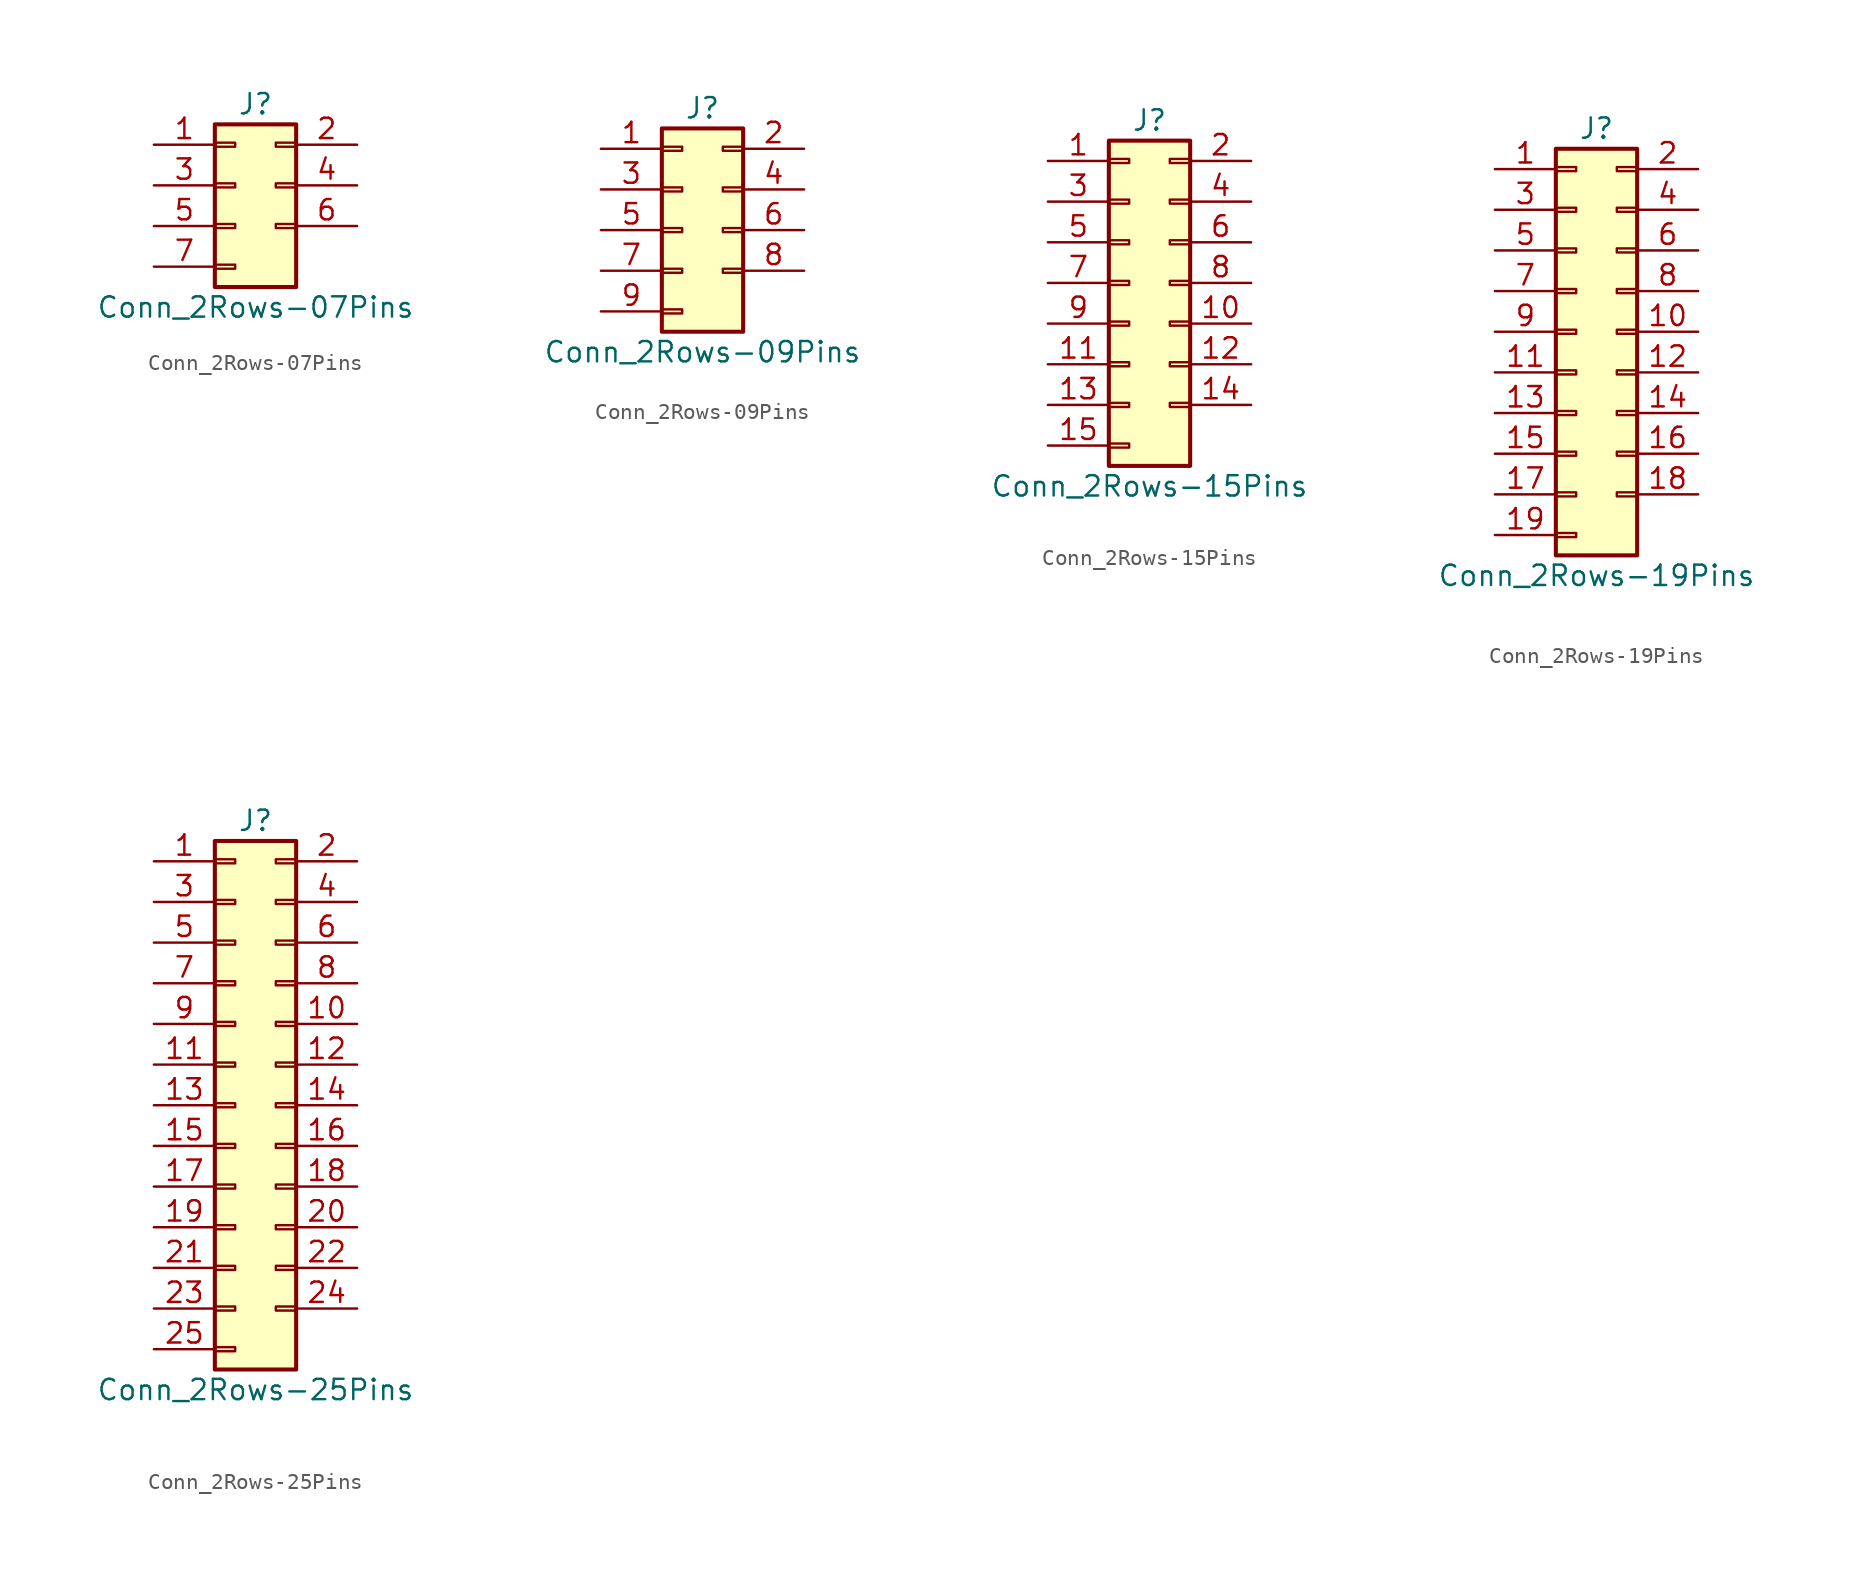
<source format=kicad_sym>
(kicad_symbol_lib
  (version 20201005)
  (generator kicad_symbol_editor)
  (symbol "Conn_2Rows-07Pins"
    (pin_names
      (offset 1.016) hide)
    (property "Reference" "J"
      (at 1.27 5.08 0)
      (effects (font (size 1.27 1.27))))
    (property "Value" "Conn_2Rows-07Pins"
      (at 1.27 -7.62 0)
      (effects (font (size 1.27 1.27))))
    (symbol "Conn_2Rows-07Pins_1_1"
      (rectangle (start -1.27 -4.953) (end 0 -5.207) (stroke (width 0.152)) (fill (type none)))
      (rectangle (start -1.27 -2.413) (end 0 -2.667) (stroke (width 0.152)) (fill (type none)))
      (rectangle (start -1.27 0.127) (end 0 -0.127) (stroke (width 0.152)) (fill (type none)))
      (rectangle (start -1.27 2.667) (end 0 2.413) (stroke (width 0.152)) (fill (type none)))
      (rectangle (start -1.27 3.81) (end 3.81 -6.35) (stroke (width 0.254)) (fill (type background)))
      (rectangle (start 3.81 -2.413) (end 2.54 -2.667) (stroke (width 0.152)) (fill (type none)))
      (rectangle (start 3.81 0.127) (end 2.54 -0.127) (stroke (width 0.152)) (fill (type none)))
      (rectangle (start 3.81 2.667) (end 2.54 2.413) (stroke (width 0.152)) (fill (type none)))
      (pin passive line (at -5.08 2.54 0) (length 3.81) (name "Pin_1" (effects (font (size 1.27 1.27)))) (number "1" (effects (font (size 1.27 1.27)))))
      (pin passive line (at 7.62 2.54 180) (length 3.81) (name "Pin_2" (effects (font (size 1.27 1.27)))) (number "2" (effects (font (size 1.27 1.27)))))
      (pin passive line (at -5.08 0 0) (length 3.81) (name "Pin_3" (effects (font (size 1.27 1.27)))) (number "3" (effects (font (size 1.27 1.27)))))
      (pin passive line (at 7.62 0 180) (length 3.81) (name "Pin_4" (effects (font (size 1.27 1.27)))) (number "4" (effects (font (size 1.27 1.27)))))
      (pin passive line (at -5.08 -2.54 0) (length 3.81) (name "Pin_5" (effects (font (size 1.27 1.27)))) (number "5" (effects (font (size 1.27 1.27)))))
      (pin passive line (at 7.62 -2.54 180) (length 3.81) (name "Pin_6" (effects (font (size 1.27 1.27)))) (number "6" (effects (font (size 1.27 1.27)))))
      (pin passive line (at -5.08 -5.08 0) (length 3.81) (name "Pin_7" (effects (font (size 1.27 1.27)))) (number "7" (effects (font (size 1.27 1.27)))))))
  (symbol "Conn_2Rows-09Pins"
    (pin_names
      (offset 1.016) hide)
    (property "Reference" "J"
      (at 1.27 7.62 0)
      (effects (font (size 1.27 1.27))))
    (property "Value" "Conn_2Rows-09Pins"
      (at 1.27 -7.62 0)
      (effects (font (size 1.27 1.27))))
    (symbol "Conn_2Rows-09Pins_1_1"
      (rectangle (start -1.27 -4.953) (end 0 -5.207) (stroke (width 0.152)) (fill (type none)))
      (rectangle (start -1.27 -2.413) (end 0 -2.667) (stroke (width 0.152)) (fill (type none)))
      (rectangle (start -1.27 0.127) (end 0 -0.127) (stroke (width 0.152)) (fill (type none)))
      (rectangle (start -1.27 2.667) (end 0 2.413) (stroke (width 0.152)) (fill (type none)))
      (rectangle (start -1.27 5.207) (end 0 4.953) (stroke (width 0.152)) (fill (type none)))
      (rectangle (start -1.27 6.35) (end 3.81 -6.35) (stroke (width 0.254)) (fill (type background)))
      (rectangle (start 3.81 -2.413) (end 2.54 -2.667) (stroke (width 0.152)) (fill (type none)))
      (rectangle (start 3.81 0.127) (end 2.54 -0.127) (stroke (width 0.152)) (fill (type none)))
      (rectangle (start 3.81 2.667) (end 2.54 2.413) (stroke (width 0.152)) (fill (type none)))
      (rectangle (start 3.81 5.207) (end 2.54 4.953) (stroke (width 0.152)) (fill (type none)))
      (pin passive line (at -5.08 5.08 0) (length 3.81) (name "Pin_1" (effects (font (size 1.27 1.27)))) (number "1" (effects (font (size 1.27 1.27)))))
      (pin passive line (at 7.62 5.08 180) (length 3.81) (name "Pin_2" (effects (font (size 1.27 1.27)))) (number "2" (effects (font (size 1.27 1.27)))))
      (pin passive line (at -5.08 2.54 0) (length 3.81) (name "Pin_3" (effects (font (size 1.27 1.27)))) (number "3" (effects (font (size 1.27 1.27)))))
      (pin passive line (at 7.62 2.54 180) (length 3.81) (name "Pin_4" (effects (font (size 1.27 1.27)))) (number "4" (effects (font (size 1.27 1.27)))))
      (pin passive line (at -5.08 0 0) (length 3.81) (name "Pin_5" (effects (font (size 1.27 1.27)))) (number "5" (effects (font (size 1.27 1.27)))))
      (pin passive line (at 7.62 0 180) (length 3.81) (name "Pin_6" (effects (font (size 1.27 1.27)))) (number "6" (effects (font (size 1.27 1.27)))))
      (pin passive line (at -5.08 -2.54 0) (length 3.81) (name "Pin_7" (effects (font (size 1.27 1.27)))) (number "7" (effects (font (size 1.27 1.27)))))
      (pin passive line (at 7.62 -2.54 180) (length 3.81) (name "Pin_8" (effects (font (size 1.27 1.27)))) (number "8" (effects (font (size 1.27 1.27)))))
      (pin passive line (at -5.08 -5.08 0) (length 3.81) (name "Pin_9" (effects (font (size 1.27 1.27)))) (number "9" (effects (font (size 1.27 1.27)))))))
  (symbol "Conn_2Rows-15Pins"
    (pin_names
      (offset 1.016) hide)
    (property "Reference" "J"
      (at 1.27 10.16 0)
      (effects (font (size 1.27 1.27))))
    (property "Value" "Conn_2Rows-15Pins"
      (at 1.27 -12.7 0)
      (effects (font (size 1.27 1.27))))
    (symbol "Conn_2Rows-15Pins_1_1"
      (rectangle (start -1.27 -10.033) (end 0 -10.287) (stroke (width 0.152)) (fill (type none)))
      (rectangle (start -1.27 -7.493) (end 0 -7.747) (stroke (width 0.152)) (fill (type none)))
      (rectangle (start -1.27 -4.953) (end 0 -5.207) (stroke (width 0.152)) (fill (type none)))
      (rectangle (start -1.27 -2.413) (end 0 -2.667) (stroke (width 0.152)) (fill (type none)))
      (rectangle (start -1.27 0.127) (end 0 -0.127) (stroke (width 0.152)) (fill (type none)))
      (rectangle (start -1.27 2.667) (end 0 2.413) (stroke (width 0.152)) (fill (type none)))
      (rectangle (start -1.27 5.207) (end 0 4.953) (stroke (width 0.152)) (fill (type none)))
      (rectangle (start -1.27 7.747) (end 0 7.493) (stroke (width 0.152)) (fill (type none)))
      (rectangle (start -1.27 8.89) (end 3.81 -11.43) (stroke (width 0.254)) (fill (type background)))
      (rectangle (start 3.81 -7.493) (end 2.54 -7.747) (stroke (width 0.152)) (fill (type none)))
      (rectangle (start 3.81 -4.953) (end 2.54 -5.207) (stroke (width 0.152)) (fill (type none)))
      (rectangle (start 3.81 -2.413) (end 2.54 -2.667) (stroke (width 0.152)) (fill (type none)))
      (rectangle (start 3.81 0.127) (end 2.54 -0.127) (stroke (width 0.152)) (fill (type none)))
      (rectangle (start 3.81 2.667) (end 2.54 2.413) (stroke (width 0.152)) (fill (type none)))
      (rectangle (start 3.81 5.207) (end 2.54 4.953) (stroke (width 0.152)) (fill (type none)))
      (rectangle (start 3.81 7.747) (end 2.54 7.493) (stroke (width 0.152)) (fill (type none)))
      (pin passive line (at -5.08 7.62 0) (length 3.81) (name "Pin_1" (effects (font (size 1.27 1.27)))) (number "1" (effects (font (size 1.27 1.27)))))
      (pin passive line (at 7.62 -2.54 180) (length 3.81) (name "Pin_10" (effects (font (size 1.27 1.27)))) (number "10" (effects (font (size 1.27 1.27)))))
      (pin passive line (at -5.08 -5.08 0) (length 3.81) (name "Pin_11" (effects (font (size 1.27 1.27)))) (number "11" (effects (font (size 1.27 1.27)))))
      (pin passive line (at 7.62 -5.08 180) (length 3.81) (name "Pin_12" (effects (font (size 1.27 1.27)))) (number "12" (effects (font (size 1.27 1.27)))))
      (pin passive line (at -5.08 -7.62 0) (length 3.81) (name "Pin_13" (effects (font (size 1.27 1.27)))) (number "13" (effects (font (size 1.27 1.27)))))
      (pin passive line (at 7.62 -7.62 180) (length 3.81) (name "Pin_14" (effects (font (size 1.27 1.27)))) (number "14" (effects (font (size 1.27 1.27)))))
      (pin passive line (at -5.08 -10.16 0) (length 3.81) (name "Pin_15" (effects (font (size 1.27 1.27)))) (number "15" (effects (font (size 1.27 1.27)))))
      (pin passive line (at 7.62 7.62 180) (length 3.81) (name "Pin_2" (effects (font (size 1.27 1.27)))) (number "2" (effects (font (size 1.27 1.27)))))
      (pin passive line (at -5.08 5.08 0) (length 3.81) (name "Pin_3" (effects (font (size 1.27 1.27)))) (number "3" (effects (font (size 1.27 1.27)))))
      (pin passive line (at 7.62 5.08 180) (length 3.81) (name "Pin_4" (effects (font (size 1.27 1.27)))) (number "4" (effects (font (size 1.27 1.27)))))
      (pin passive line (at -5.08 2.54 0) (length 3.81) (name "Pin_5" (effects (font (size 1.27 1.27)))) (number "5" (effects (font (size 1.27 1.27)))))
      (pin passive line (at 7.62 2.54 180) (length 3.81) (name "Pin_6" (effects (font (size 1.27 1.27)))) (number "6" (effects (font (size 1.27 1.27)))))
      (pin passive line (at -5.08 0 0) (length 3.81) (name "Pin_7" (effects (font (size 1.27 1.27)))) (number "7" (effects (font (size 1.27 1.27)))))
      (pin passive line (at 7.62 0 180) (length 3.81) (name "Pin_8" (effects (font (size 1.27 1.27)))) (number "8" (effects (font (size 1.27 1.27)))))
      (pin passive line (at -5.08 -2.54 0) (length 3.81) (name "Pin_9" (effects (font (size 1.27 1.27)))) (number "9" (effects (font (size 1.27 1.27)))))))
  (symbol "Conn_2Rows-19Pins"
    (pin_names
      (offset 1.016) hide)
    (property "Reference" "J"
      (at 1.27 12.7 0)
      (effects (font (size 1.27 1.27))))
    (property "Value" "Conn_2Rows-19Pins"
      (at 1.27 -15.24 0)
      (effects (font (size 1.27 1.27))))
    (symbol "Conn_2Rows-19Pins_1_1"
      (rectangle (start -1.27 -12.573) (end 0 -12.827) (stroke (width 0.152)) (fill (type none)))
      (rectangle (start -1.27 -10.033) (end 0 -10.287) (stroke (width 0.152)) (fill (type none)))
      (rectangle (start -1.27 -7.493) (end 0 -7.747) (stroke (width 0.152)) (fill (type none)))
      (rectangle (start -1.27 -4.953) (end 0 -5.207) (stroke (width 0.152)) (fill (type none)))
      (rectangle (start -1.27 -2.413) (end 0 -2.667) (stroke (width 0.152)) (fill (type none)))
      (rectangle (start -1.27 0.127) (end 0 -0.127) (stroke (width 0.152)) (fill (type none)))
      (rectangle (start -1.27 2.667) (end 0 2.413) (stroke (width 0.152)) (fill (type none)))
      (rectangle (start -1.27 5.207) (end 0 4.953) (stroke (width 0.152)) (fill (type none)))
      (rectangle (start -1.27 7.747) (end 0 7.493) (stroke (width 0.152)) (fill (type none)))
      (rectangle (start -1.27 10.287) (end 0 10.033) (stroke (width 0.152)) (fill (type none)))
      (rectangle (start -1.27 11.43) (end 3.81 -13.97) (stroke (width 0.254)) (fill (type background)))
      (rectangle (start 3.81 -10.033) (end 2.54 -10.287) (stroke (width 0.152)) (fill (type none)))
      (rectangle (start 3.81 -7.493) (end 2.54 -7.747) (stroke (width 0.152)) (fill (type none)))
      (rectangle (start 3.81 -4.953) (end 2.54 -5.207) (stroke (width 0.152)) (fill (type none)))
      (rectangle (start 3.81 -2.413) (end 2.54 -2.667) (stroke (width 0.152)) (fill (type none)))
      (rectangle (start 3.81 0.127) (end 2.54 -0.127) (stroke (width 0.152)) (fill (type none)))
      (rectangle (start 3.81 2.667) (end 2.54 2.413) (stroke (width 0.152)) (fill (type none)))
      (rectangle (start 3.81 5.207) (end 2.54 4.953) (stroke (width 0.152)) (fill (type none)))
      (rectangle (start 3.81 7.747) (end 2.54 7.493) (stroke (width 0.152)) (fill (type none)))
      (rectangle (start 3.81 10.287) (end 2.54 10.033) (stroke (width 0.152)) (fill (type none)))
      (pin passive line (at -5.08 10.16 0) (length 3.81) (name "Pin_1" (effects (font (size 1.27 1.27)))) (number "1" (effects (font (size 1.27 1.27)))))
      (pin passive line (at 7.62 0 180) (length 3.81) (name "Pin_10" (effects (font (size 1.27 1.27)))) (number "10" (effects (font (size 1.27 1.27)))))
      (pin passive line (at -5.08 -2.54 0) (length 3.81) (name "Pin_11" (effects (font (size 1.27 1.27)))) (number "11" (effects (font (size 1.27 1.27)))))
      (pin passive line (at 7.62 -2.54 180) (length 3.81) (name "Pin_12" (effects (font (size 1.27 1.27)))) (number "12" (effects (font (size 1.27 1.27)))))
      (pin passive line (at -5.08 -5.08 0) (length 3.81) (name "Pin_13" (effects (font (size 1.27 1.27)))) (number "13" (effects (font (size 1.27 1.27)))))
      (pin passive line (at 7.62 -5.08 180) (length 3.81) (name "Pin_14" (effects (font (size 1.27 1.27)))) (number "14" (effects (font (size 1.27 1.27)))))
      (pin passive line (at -5.08 -7.62 0) (length 3.81) (name "Pin_15" (effects (font (size 1.27 1.27)))) (number "15" (effects (font (size 1.27 1.27)))))
      (pin passive line (at 7.62 -7.62 180) (length 3.81) (name "Pin_16" (effects (font (size 1.27 1.27)))) (number "16" (effects (font (size 1.27 1.27)))))
      (pin passive line (at -5.08 -10.16 0) (length 3.81) (name "Pin_17" (effects (font (size 1.27 1.27)))) (number "17" (effects (font (size 1.27 1.27)))))
      (pin passive line (at 7.62 -10.16 180) (length 3.81) (name "Pin_18" (effects (font (size 1.27 1.27)))) (number "18" (effects (font (size 1.27 1.27)))))
      (pin passive line (at -5.08 -12.7 0) (length 3.81) (name "Pin_19" (effects (font (size 1.27 1.27)))) (number "19" (effects (font (size 1.27 1.27)))))
      (pin passive line (at 7.62 10.16 180) (length 3.81) (name "Pin_2" (effects (font (size 1.27 1.27)))) (number "2" (effects (font (size 1.27 1.27)))))
      (pin passive line (at -5.08 7.62 0) (length 3.81) (name "Pin_3" (effects (font (size 1.27 1.27)))) (number "3" (effects (font (size 1.27 1.27)))))
      (pin passive line (at 7.62 7.62 180) (length 3.81) (name "Pin_4" (effects (font (size 1.27 1.27)))) (number "4" (effects (font (size 1.27 1.27)))))
      (pin passive line (at -5.08 5.08 0) (length 3.81) (name "Pin_5" (effects (font (size 1.27 1.27)))) (number "5" (effects (font (size 1.27 1.27)))))
      (pin passive line (at 7.62 5.08 180) (length 3.81) (name "Pin_6" (effects (font (size 1.27 1.27)))) (number "6" (effects (font (size 1.27 1.27)))))
      (pin passive line (at -5.08 2.54 0) (length 3.81) (name "Pin_7" (effects (font (size 1.27 1.27)))) (number "7" (effects (font (size 1.27 1.27)))))
      (pin passive line (at 7.62 2.54 180) (length 3.81) (name "Pin_8" (effects (font (size 1.27 1.27)))) (number "8" (effects (font (size 1.27 1.27)))))
      (pin passive line (at -5.08 0 0) (length 3.81) (name "Pin_9" (effects (font (size 1.27 1.27)))) (number "9" (effects (font (size 1.27 1.27)))))))
  (symbol "Conn_2Rows-25Pins"
    (pin_names
      (offset 1.016) hide)
    (property "Reference" "J"
      (at 1.27 17.78 0)
      (effects (font (size 1.27 1.27))))
    (property "Value" "Conn_2Rows-25Pins"
      (at 1.27 -17.78 0)
      (effects (font (size 1.27 1.27))))
    (symbol "Conn_2Rows-25Pins_1_1"
      (rectangle (start -1.27 -15.113) (end 0 -15.367) (stroke (width 0.152)) (fill (type none)))
      (rectangle (start -1.27 -12.573) (end 0 -12.827) (stroke (width 0.152)) (fill (type none)))
      (rectangle (start -1.27 -10.033) (end 0 -10.287) (stroke (width 0.152)) (fill (type none)))
      (rectangle (start -1.27 -7.493) (end 0 -7.747) (stroke (width 0.152)) (fill (type none)))
      (rectangle (start -1.27 -4.953) (end 0 -5.207) (stroke (width 0.152)) (fill (type none)))
      (rectangle (start -1.27 -2.413) (end 0 -2.667) (stroke (width 0.152)) (fill (type none)))
      (rectangle (start -1.27 0.127) (end 0 -0.127) (stroke (width 0.152)) (fill (type none)))
      (rectangle (start -1.27 2.667) (end 0 2.413) (stroke (width 0.152)) (fill (type none)))
      (rectangle (start -1.27 5.207) (end 0 4.953) (stroke (width 0.152)) (fill (type none)))
      (rectangle (start -1.27 7.747) (end 0 7.493) (stroke (width 0.152)) (fill (type none)))
      (rectangle (start -1.27 10.287) (end 0 10.033) (stroke (width 0.152)) (fill (type none)))
      (rectangle (start -1.27 12.827) (end 0 12.573) (stroke (width 0.152)) (fill (type none)))
      (rectangle (start -1.27 15.367) (end 0 15.113) (stroke (width 0.152)) (fill (type none)))
      (rectangle (start -1.27 16.51) (end 3.81 -16.51) (stroke (width 0.254)) (fill (type background)))
      (rectangle (start 3.81 -12.573) (end 2.54 -12.827) (stroke (width 0.152)) (fill (type none)))
      (rectangle (start 3.81 -10.033) (end 2.54 -10.287) (stroke (width 0.152)) (fill (type none)))
      (rectangle (start 3.81 -7.493) (end 2.54 -7.747) (stroke (width 0.152)) (fill (type none)))
      (rectangle (start 3.81 -4.953) (end 2.54 -5.207) (stroke (width 0.152)) (fill (type none)))
      (rectangle (start 3.81 -2.413) (end 2.54 -2.667) (stroke (width 0.152)) (fill (type none)))
      (rectangle (start 3.81 0.127) (end 2.54 -0.127) (stroke (width 0.152)) (fill (type none)))
      (rectangle (start 3.81 2.667) (end 2.54 2.413) (stroke (width 0.152)) (fill (type none)))
      (rectangle (start 3.81 5.207) (end 2.54 4.953) (stroke (width 0.152)) (fill (type none)))
      (rectangle (start 3.81 7.747) (end 2.54 7.493) (stroke (width 0.152)) (fill (type none)))
      (rectangle (start 3.81 10.287) (end 2.54 10.033) (stroke (width 0.152)) (fill (type none)))
      (rectangle (start 3.81 12.827) (end 2.54 12.573) (stroke (width 0.152)) (fill (type none)))
      (rectangle (start 3.81 15.367) (end 2.54 15.113) (stroke (width 0.152)) (fill (type none)))
      (pin passive line (at -5.08 15.24 0) (length 3.81) (name "Pin_1" (effects (font (size 1.27 1.27)))) (number "1" (effects (font (size 1.27 1.27)))))
      (pin passive line (at 7.62 5.08 180) (length 3.81) (name "Pin_10" (effects (font (size 1.27 1.27)))) (number "10" (effects (font (size 1.27 1.27)))))
      (pin passive line (at -5.08 2.54 0) (length 3.81) (name "Pin_11" (effects (font (size 1.27 1.27)))) (number "11" (effects (font (size 1.27 1.27)))))
      (pin passive line (at 7.62 2.54 180) (length 3.81) (name "Pin_12" (effects (font (size 1.27 1.27)))) (number "12" (effects (font (size 1.27 1.27)))))
      (pin passive line (at -5.08 0 0) (length 3.81) (name "Pin_13" (effects (font (size 1.27 1.27)))) (number "13" (effects (font (size 1.27 1.27)))))
      (pin passive line (at 7.62 0 180) (length 3.81) (name "Pin_14" (effects (font (size 1.27 1.27)))) (number "14" (effects (font (size 1.27 1.27)))))
      (pin passive line (at -5.08 -2.54 0) (length 3.81) (name "Pin_15" (effects (font (size 1.27 1.27)))) (number "15" (effects (font (size 1.27 1.27)))))
      (pin passive line (at 7.62 -2.54 180) (length 3.81) (name "Pin_16" (effects (font (size 1.27 1.27)))) (number "16" (effects (font (size 1.27 1.27)))))
      (pin passive line (at -5.08 -5.08 0) (length 3.81) (name "Pin_17" (effects (font (size 1.27 1.27)))) (number "17" (effects (font (size 1.27 1.27)))))
      (pin passive line (at 7.62 -5.08 180) (length 3.81) (name "Pin_18" (effects (font (size 1.27 1.27)))) (number "18" (effects (font (size 1.27 1.27)))))
      (pin passive line (at -5.08 -7.62 0) (length 3.81) (name "Pin_19" (effects (font (size 1.27 1.27)))) (number "19" (effects (font (size 1.27 1.27)))))
      (pin passive line (at 7.62 15.24 180) (length 3.81) (name "Pin_2" (effects (font (size 1.27 1.27)))) (number "2" (effects (font (size 1.27 1.27)))))
      (pin passive line (at 7.62 -7.62 180) (length 3.81) (name "Pin_20" (effects (font (size 1.27 1.27)))) (number "20" (effects (font (size 1.27 1.27)))))
      (pin passive line (at -5.08 -10.16 0) (length 3.81) (name "Pin_21" (effects (font (size 1.27 1.27)))) (number "21" (effects (font (size 1.27 1.27)))))
      (pin passive line (at 7.62 -10.16 180) (length 3.81) (name "Pin_22" (effects (font (size 1.27 1.27)))) (number "22" (effects (font (size 1.27 1.27)))))
      (pin passive line (at -5.08 -12.7 0) (length 3.81) (name "Pin_23" (effects (font (size 1.27 1.27)))) (number "23" (effects (font (size 1.27 1.27)))))
      (pin passive line (at 7.62 -12.7 180) (length 3.81) (name "Pin_24" (effects (font (size 1.27 1.27)))) (number "24" (effects (font (size 1.27 1.27)))))
      (pin passive line (at -5.08 -15.24 0) (length 3.81) (name "Pin_25" (effects (font (size 1.27 1.27)))) (number "25" (effects (font (size 1.27 1.27)))))
      (pin passive line (at -5.08 12.7 0) (length 3.81) (name "Pin_3" (effects (font (size 1.27 1.27)))) (number "3" (effects (font (size 1.27 1.27)))))
      (pin passive line (at 7.62 12.7 180) (length 3.81) (name "Pin_4" (effects (font (size 1.27 1.27)))) (number "4" (effects (font (size 1.27 1.27)))))
      (pin passive line (at -5.08 10.16 0) (length 3.81) (name "Pin_5" (effects (font (size 1.27 1.27)))) (number "5" (effects (font (size 1.27 1.27)))))
      (pin passive line (at 7.62 10.16 180) (length 3.81) (name "Pin_6" (effects (font (size 1.27 1.27)))) (number "6" (effects (font (size 1.27 1.27)))))
      (pin passive line (at -5.08 7.62 0) (length 3.81) (name "Pin_7" (effects (font (size 1.27 1.27)))) (number "7" (effects (font (size 1.27 1.27)))))
      (pin passive line (at 7.62 7.62 180) (length 3.81) (name "Pin_8" (effects (font (size 1.27 1.27)))) (number "8" (effects (font (size 1.27 1.27)))))
      (pin passive line (at -5.08 5.08 0) (length 3.81) (name "Pin_9" (effects (font (size 1.27 1.27)))) (number "9" (effects (font (size 1.27 1.27))))))))
</source>
